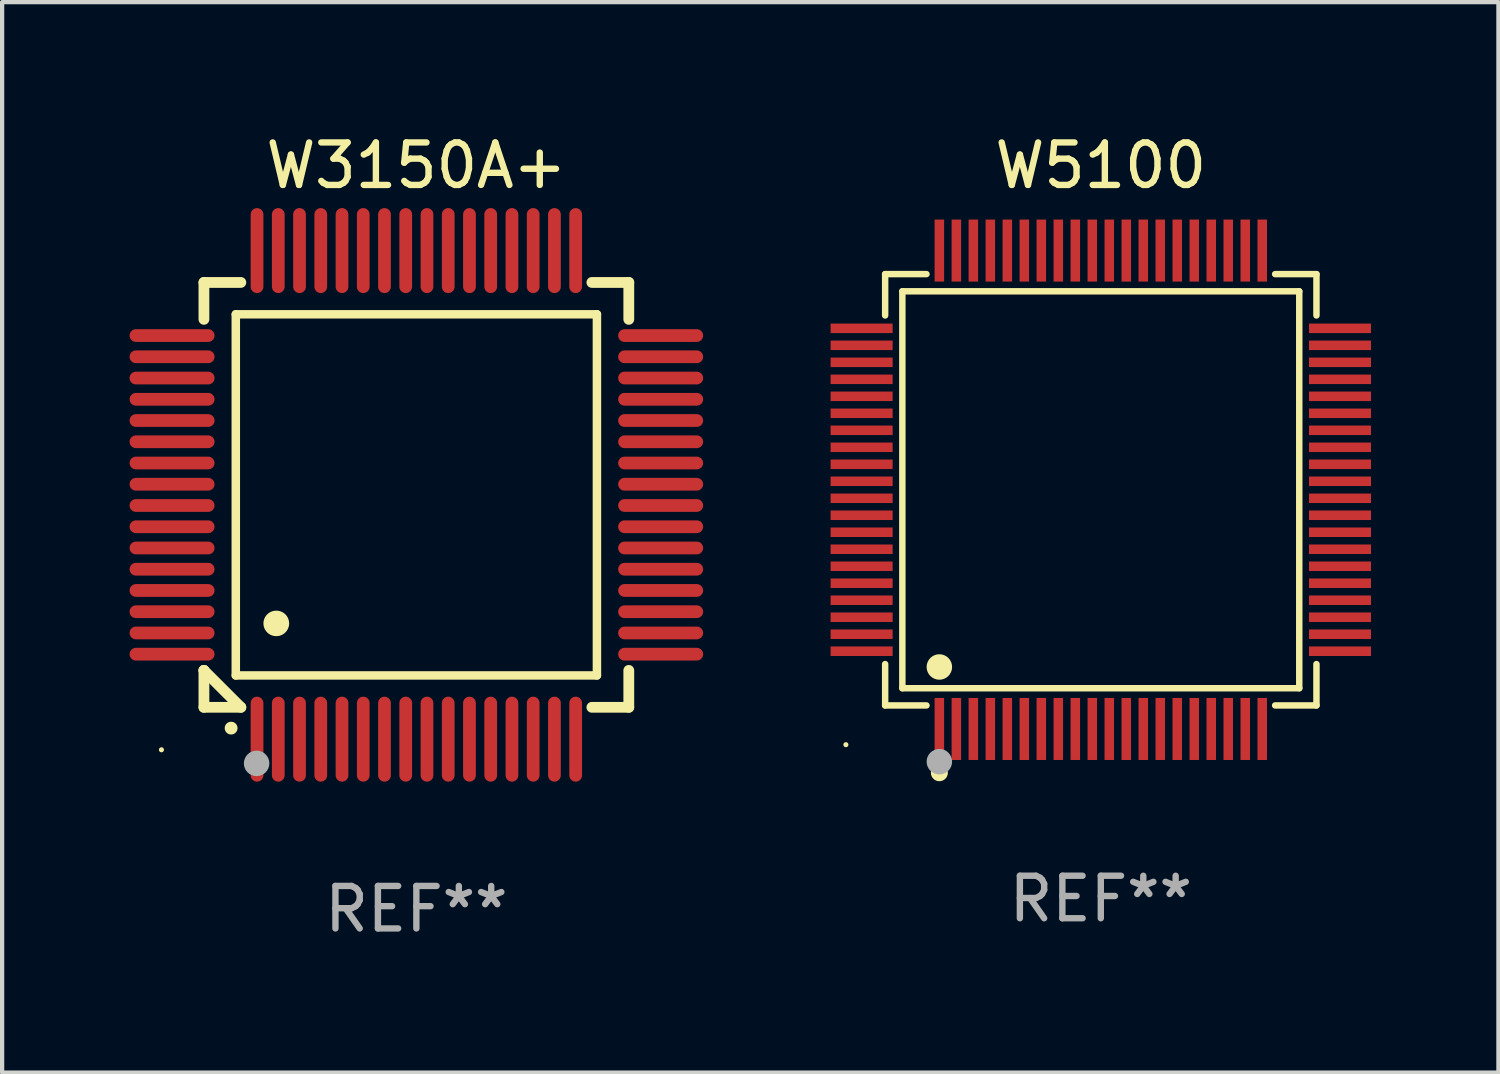
<source format=kicad_pcb>
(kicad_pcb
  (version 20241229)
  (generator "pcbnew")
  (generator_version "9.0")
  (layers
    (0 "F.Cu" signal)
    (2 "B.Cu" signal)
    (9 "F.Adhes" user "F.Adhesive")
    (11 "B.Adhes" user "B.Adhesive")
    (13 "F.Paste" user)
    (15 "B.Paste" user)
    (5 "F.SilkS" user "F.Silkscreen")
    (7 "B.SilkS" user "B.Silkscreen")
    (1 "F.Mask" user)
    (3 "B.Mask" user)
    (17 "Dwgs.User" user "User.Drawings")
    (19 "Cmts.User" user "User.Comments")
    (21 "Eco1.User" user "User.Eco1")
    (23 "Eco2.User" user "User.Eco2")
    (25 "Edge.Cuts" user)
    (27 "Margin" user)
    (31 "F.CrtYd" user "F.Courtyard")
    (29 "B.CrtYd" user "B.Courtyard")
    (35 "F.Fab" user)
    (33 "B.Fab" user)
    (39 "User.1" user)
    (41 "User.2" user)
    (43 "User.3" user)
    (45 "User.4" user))
  (footprint "W5100"
    (layer "F.Cu")
    (at 22.86 8.478)
    (property "Reference" "W5100" (at 0 -7.63 0) (layer "F.SilkS") (effects (font (size 1 1) (thickness 0.15))))
    (attr through_hole)
    (fp_line (start -5.076 -5.076) (end -4.103 -5.076) (stroke (width 0.152) (type solid)) (layer "F.SilkS"))
    (fp_line (start -5.076 -4.103) (end -5.076 -5.076) (stroke (width 0.152) (type solid)) (layer "F.SilkS"))
    (fp_line (start -5.076 4.103) (end -5.076 5.076) (stroke (width 0.152) (type solid)) (layer "F.SilkS"))
    (fp_line (start -5.076 5.076) (end -4.103 5.076) (stroke (width 0.152) (type solid)) (layer "F.SilkS"))
    (fp_line (start -4.671 -4.671) (end 4.671 -4.671) (stroke (width 0.152) (type solid)) (layer "F.SilkS"))
    (fp_line (start -4.671 4.671) (end -4.671 -4.671) (stroke (width 0.152) (type solid)) (layer "F.SilkS"))
    (fp_line (start 4.671 -4.671) (end 4.671 4.671) (stroke (width 0.152) (type solid)) (layer "F.SilkS"))
    (fp_line (start 4.671 4.671) (end -4.671 4.671) (stroke (width 0.152) (type solid)) (layer "F.SilkS"))
    (fp_line (start 5.076 -5.076) (end 4.103 -5.076) (stroke (width 0.152) (type solid)) (layer "F.SilkS"))
    (fp_line (start 5.076 -4.103) (end 5.076 -5.076) (stroke (width 0.152) (type solid)) (layer "F.SilkS"))
    (fp_line (start 5.076 4.103) (end 5.076 5.076) (stroke (width 0.152) (type solid)) (layer "F.SilkS"))
    (fp_line (start 5.076 5.076) (end 4.103 5.076) (stroke (width 0.152) (type solid)) (layer "F.SilkS"))
    (fp_circle (center -6 6) (end -5.97 6) (stroke (width 0.06) (type solid)) (fill no) (layer "F.SilkS"))
    (fp_circle (center -3.8 4.171) (end -3.65 4.171) (stroke (width 0.3) (type solid)) (fill no) (layer "F.SilkS"))
    (fp_circle (center -3.8 6.66) (end -3.7 6.66) (stroke (width 0.2) (type solid)) (fill no) (layer "F.SilkS"))
    (fp_circle (center -3.8 6.4) (end -3.65 6.4) (stroke (width 0.3) (type solid)) (fill no) (layer "F.Fab"))
    (fp_text user "REF**" (at 0 9.63 0) (layer "F.Fab") (effects (font (size 1 1) (thickness 0.15))))
    (pad "1" smd rect (at -3.8 5.63) (size 0.224 1.46) (layers "F.Cu" "F.Mask" "F.Paste"))
    (pad "2" smd rect (at -3.4 5.63) (size 0.224 1.46) (layers "F.Cu" "F.Mask" "F.Paste"))
    (pad "3" smd rect (at -3 5.63) (size 0.224 1.46) (layers "F.Cu" "F.Mask" "F.Paste"))
    (pad "4" smd rect (at -2.6 5.63) (size 0.224 1.46) (layers "F.Cu" "F.Mask" "F.Paste"))
    (pad "5" smd rect (at -2.2 5.63) (size 0.224 1.46) (layers "F.Cu" "F.Mask" "F.Paste"))
    (pad "6" smd rect (at -1.8 5.63) (size 0.224 1.46) (layers "F.Cu" "F.Mask" "F.Paste"))
    (pad "7" smd rect (at -1.4 5.63) (size 0.224 1.46) (layers "F.Cu" "F.Mask" "F.Paste"))
    (pad "8" smd rect (at -1 5.63) (size 0.224 1.46) (layers "F.Cu" "F.Mask" "F.Paste"))
    (pad "9" smd rect (at -0.6 5.63) (size 0.224 1.46) (layers "F.Cu" "F.Mask" "F.Paste"))
    (pad "10" smd rect (at -0.2 5.63) (size 0.224 1.46) (layers "F.Cu" "F.Mask" "F.Paste"))
    (pad "11" smd rect (at 0.2 5.63) (size 0.224 1.46) (layers "F.Cu" "F.Mask" "F.Paste"))
    (pad "12" smd rect (at 0.6 5.63) (size 0.224 1.46) (layers "F.Cu" "F.Mask" "F.Paste"))
    (pad "13" smd rect (at 1 5.63) (size 0.224 1.46) (layers "F.Cu" "F.Mask" "F.Paste"))
    (pad "14" smd rect (at 1.4 5.63) (size 0.224 1.46) (layers "F.Cu" "F.Mask" "F.Paste"))
    (pad "15" smd rect (at 1.8 5.63) (size 0.224 1.46) (layers "F.Cu" "F.Mask" "F.Paste"))
    (pad "16" smd rect (at 2.2 5.63) (size 0.224 1.46) (layers "F.Cu" "F.Mask" "F.Paste"))
    (pad "17" smd rect (at 2.6 5.63) (size 0.224 1.46) (layers "F.Cu" "F.Mask" "F.Paste"))
    (pad "18" smd rect (at 3 5.63) (size 0.224 1.46) (layers "F.Cu" "F.Mask" "F.Paste"))
    (pad "19" smd rect (at 3.4 5.63) (size 0.224 1.46) (layers "F.Cu" "F.Mask" "F.Paste"))
    (pad "20" smd rect (at 3.8 5.63) (size 0.224 1.46) (layers "F.Cu" "F.Mask" "F.Paste"))
    (pad "21" smd rect (at 5.63 3.8) (size 1.46 0.224) (layers "F.Cu" "F.Mask" "F.Paste"))
    (pad "22" smd rect (at 5.63 3.4) (size 1.46 0.224) (layers "F.Cu" "F.Mask" "F.Paste"))
    (pad "23" smd rect (at 5.63 3) (size 1.46 0.224) (layers "F.Cu" "F.Mask" "F.Paste"))
    (pad "24" smd rect (at 5.63 2.6) (size 1.46 0.224) (layers "F.Cu" "F.Mask" "F.Paste"))
    (pad "25" smd rect (at 5.63 2.2) (size 1.46 0.224) (layers "F.Cu" "F.Mask" "F.Paste"))
    (pad "26" smd rect (at 5.63 1.8) (size 1.46 0.224) (layers "F.Cu" "F.Mask" "F.Paste"))
    (pad "27" smd rect (at 5.63 1.4) (size 1.46 0.224) (layers "F.Cu" "F.Mask" "F.Paste"))
    (pad "28" smd rect (at 5.63 1) (size 1.46 0.224) (layers "F.Cu" "F.Mask" "F.Paste"))
    (pad "29" smd rect (at 5.63 0.6) (size 1.46 0.224) (layers "F.Cu" "F.Mask" "F.Paste"))
    (pad "30" smd rect (at 5.63 0.2) (size 1.46 0.224) (layers "F.Cu" "F.Mask" "F.Paste"))
    (pad "31" smd rect (at 5.63 -0.2) (size 1.46 0.224) (layers "F.Cu" "F.Mask" "F.Paste"))
    (pad "32" smd rect (at 5.63 -0.6) (size 1.46 0.224) (layers "F.Cu" "F.Mask" "F.Paste"))
    (pad "33" smd rect (at 5.63 -1) (size 1.46 0.224) (layers "F.Cu" "F.Mask" "F.Paste"))
    (pad "34" smd rect (at 5.63 -1.4) (size 1.46 0.224) (layers "F.Cu" "F.Mask" "F.Paste"))
    (pad "35" smd rect (at 5.63 -1.8) (size 1.46 0.224) (layers "F.Cu" "F.Mask" "F.Paste"))
    (pad "36" smd rect (at 5.63 -2.2) (size 1.46 0.224) (layers "F.Cu" "F.Mask" "F.Paste"))
    (pad "37" smd rect (at 5.63 -2.6) (size 1.46 0.224) (layers "F.Cu" "F.Mask" "F.Paste"))
    (pad "38" smd rect (at 5.63 -3) (size 1.46 0.224) (layers "F.Cu" "F.Mask" "F.Paste"))
    (pad "39" smd rect (at 5.63 -3.4) (size 1.46 0.224) (layers "F.Cu" "F.Mask" "F.Paste"))
    (pad "40" smd rect (at 5.63 -3.8) (size 1.46 0.224) (layers "F.Cu" "F.Mask" "F.Paste"))
    (pad "41" smd rect (at 3.8 -5.63) (size 0.224 1.46) (layers "F.Cu" "F.Mask" "F.Paste"))
    (pad "42" smd rect (at 3.4 -5.63) (size 0.224 1.46) (layers "F.Cu" "F.Mask" "F.Paste"))
    (pad "43" smd rect (at 3 -5.63) (size 0.224 1.46) (layers "F.Cu" "F.Mask" "F.Paste"))
    (pad "44" smd rect (at 2.6 -5.63) (size 0.224 1.46) (layers "F.Cu" "F.Mask" "F.Paste"))
    (pad "45" smd rect (at 2.2 -5.63) (size 0.224 1.46) (layers "F.Cu" "F.Mask" "F.Paste"))
    (pad "46" smd rect (at 1.8 -5.63) (size 0.224 1.46) (layers "F.Cu" "F.Mask" "F.Paste"))
    (pad "47" smd rect (at 1.4 -5.63) (size 0.224 1.46) (layers "F.Cu" "F.Mask" "F.Paste"))
    (pad "48" smd rect (at 1 -5.63) (size 0.224 1.46) (layers "F.Cu" "F.Mask" "F.Paste"))
    (pad "49" smd rect (at 0.6 -5.63) (size 0.224 1.46) (layers "F.Cu" "F.Mask" "F.Paste"))
    (pad "50" smd rect (at 0.2 -5.63) (size 0.224 1.46) (layers "F.Cu" "F.Mask" "F.Paste"))
    (pad "51" smd rect (at -0.2 -5.63) (size 0.224 1.46) (layers "F.Cu" "F.Mask" "F.Paste"))
    (pad "52" smd rect (at -0.6 -5.63) (size 0.224 1.46) (layers "F.Cu" "F.Mask" "F.Paste"))
    (pad "53" smd rect (at -1 -5.63) (size 0.224 1.46) (layers "F.Cu" "F.Mask" "F.Paste"))
    (pad "54" smd rect (at -1.4 -5.63) (size 0.224 1.46) (layers "F.Cu" "F.Mask" "F.Paste"))
    (pad "55" smd rect (at -1.8 -5.63) (size 0.224 1.46) (layers "F.Cu" "F.Mask" "F.Paste"))
    (pad "56" smd rect (at -2.2 -5.63) (size 0.224 1.46) (layers "F.Cu" "F.Mask" "F.Paste"))
    (pad "57" smd rect (at -2.6 -5.63) (size 0.224 1.46) (layers "F.Cu" "F.Mask" "F.Paste"))
    (pad "58" smd rect (at -3 -5.63) (size 0.224 1.46) (layers "F.Cu" "F.Mask" "F.Paste"))
    (pad "59" smd rect (at -3.4 -5.63) (size 0.224 1.46) (layers "F.Cu" "F.Mask" "F.Paste"))
    (pad "60" smd rect (at -3.8 -5.63) (size 0.224 1.46) (layers "F.Cu" "F.Mask" "F.Paste"))
    (pad "61" smd rect (at -5.63 -3.8) (size 1.46 0.224) (layers "F.Cu" "F.Mask" "F.Paste"))
    (pad "62" smd rect (at -5.63 -3.4) (size 1.46 0.224) (layers "F.Cu" "F.Mask" "F.Paste"))
    (pad "63" smd rect (at -5.63 -3) (size 1.46 0.224) (layers "F.Cu" "F.Mask" "F.Paste"))
    (pad "64" smd rect (at -5.63 -2.6) (size 1.46 0.224) (layers "F.Cu" "F.Mask" "F.Paste"))
    (pad "65" smd rect (at -5.63 -2.2) (size 1.46 0.224) (layers "F.Cu" "F.Mask" "F.Paste"))
    (pad "66" smd rect (at -5.63 -1.8) (size 1.46 0.224) (layers "F.Cu" "F.Mask" "F.Paste"))
    (pad "67" smd rect (at -5.63 -1.4) (size 1.46 0.224) (layers "F.Cu" "F.Mask" "F.Paste"))
    (pad "68" smd rect (at -5.63 -1) (size 1.46 0.224) (layers "F.Cu" "F.Mask" "F.Paste"))
    (pad "69" smd rect (at -5.63 -0.6) (size 1.46 0.224) (layers "F.Cu" "F.Mask" "F.Paste"))
    (pad "70" smd rect (at -5.63 -0.2) (size 1.46 0.224) (layers "F.Cu" "F.Mask" "F.Paste"))
    (pad "71" smd rect (at -5.63 0.2) (size 1.46 0.224) (layers "F.Cu" "F.Mask" "F.Paste"))
    (pad "72" smd rect (at -5.63 0.6) (size 1.46 0.224) (layers "F.Cu" "F.Mask" "F.Paste"))
    (pad "73" smd rect (at -5.63 1) (size 1.46 0.224) (layers "F.Cu" "F.Mask" "F.Paste"))
    (pad "74" smd rect (at -5.63 1.4) (size 1.46 0.224) (layers "F.Cu" "F.Mask" "F.Paste"))
    (pad "75" smd rect (at -5.63 1.8) (size 1.46 0.224) (layers "F.Cu" "F.Mask" "F.Paste"))
    (pad "76" smd rect (at -5.63 2.2) (size 1.46 0.224) (layers "F.Cu" "F.Mask" "F.Paste"))
    (pad "77" smd rect (at -5.63 2.6) (size 1.46 0.224) (layers "F.Cu" "F.Mask" "F.Paste"))
    (pad "78" smd rect (at -5.63 3) (size 1.46 0.224) (layers "F.Cu" "F.Mask" "F.Paste"))
    (pad "79" smd rect (at -5.63 3.4) (size 1.46 0.224) (layers "F.Cu" "F.Mask" "F.Paste"))
    (pad "80" smd rect (at -5.63 3.8) (size 1.46 0.224) (layers "F.Cu" "F.Mask" "F.Paste")))
  (footprint "W3150A+"
    (layer "F.Cu")
    (at 6.75 8.598)
    (property "Reference" "W3150A+" (at 0 -7.75 0) (layer "F.SilkS") (effects (font (size 1 1) (thickness 0.15))))
    (attr through_hole)
    (fp_line (start -5 -5) (end -4.131 -5) (stroke (width 0.254) (type solid)) (layer "F.SilkS"))
    (fp_line (start -5 -4.131) (end -5 -5) (stroke (width 0.254) (type solid)) (layer "F.SilkS"))
    (fp_line (start -5 4.131) (end -5 4.131) (stroke (width 0.254) (type solid)) (layer "F.SilkS"))
    (fp_line (start -5 5) (end -5 4.131) (stroke (width 0.254) (type solid)) (layer "F.SilkS"))
    (fp_line (start -5 4.131) (end -4.131 5) (stroke (width 0.254) (type solid)) (layer "F.SilkS"))
    (fp_line (start -4.25 -4.25) (end -4.25 4.25) (stroke (width 0.2) (type solid)) (layer "F.SilkS"))
    (fp_line (start -4.25 4.25) (end 4.25 4.25) (stroke (width 0.2) (type solid)) (layer "F.SilkS"))
    (fp_line (start -4.131 5) (end -5 5) (stroke (width 0.254) (type solid)) (layer "F.SilkS"))
    (fp_line (start 4.25 -4.25) (end -4.25 -4.25) (stroke (width 0.2) (type solid)) (layer "F.SilkS"))
    (fp_line (start 4.25 4.25) (end 4.25 -4.25) (stroke (width 0.2) (type solid)) (layer "F.SilkS"))
    (fp_line (start 5 -5) (end 4.131 -5) (stroke (width 0.254) (type solid)) (layer "F.SilkS"))
    (fp_line (start 5 -5) (end 5 -4.131) (stroke (width 0.254) (type solid)) (layer "F.SilkS"))
    (fp_line (start 5 4.131) (end 5 5) (stroke (width 0.254) (type solid)) (layer "F.SilkS"))
    (fp_line (start 5 5) (end 4.131 5) (stroke (width 0.254) (type solid)) (layer "F.SilkS"))
    (fp_arc (start -4.361265 5.489992) (mid -4.359995 5.489987) (end -4.358725 5.489992) (stroke (width 0.3) (type solid)) (layer "F.SilkS"))
    (fp_arc (start -3.299467 3.025146) (mid -3.296927 3.025135) (end -3.294387 3.025146) (stroke (width 0.6) (type solid)) (layer "F.SilkS"))
    (fp_circle (center -6 6) (end -5.97 6) (stroke (width 0.06) (type solid)) (fill no) (layer "F.SilkS"))
    (fp_circle (center -3.76 6.32) (end -3.61 6.32) (stroke (width 0.3) (type solid)) (fill no) (layer "F.Fab"))
    (fp_text user "REF**" (at 0 9.75 0) (layer "F.Fab") (effects (font (size 1 1) (thickness 0.15))))
    (pad "1" smd oval (at -3.75 5.75) (size 0.3 2) (layers "F.Cu" "F.Mask" "F.Paste"))
    (pad "2" smd oval (at -3.25 5.75) (size 0.3 2) (layers "F.Cu" "F.Mask" "F.Paste"))
    (pad "3" smd oval (at -2.75 5.75) (size 0.3 2) (layers "F.Cu" "F.Mask" "F.Paste"))
    (pad "4" smd oval (at -2.25 5.75) (size 0.3 2) (layers "F.Cu" "F.Mask" "F.Paste"))
    (pad "5" smd oval (at -1.75 5.75) (size 0.3 2) (layers "F.Cu" "F.Mask" "F.Paste"))
    (pad "6" smd oval (at -1.25 5.75) (size 0.3 2) (layers "F.Cu" "F.Mask" "F.Paste"))
    (pad "7" smd oval (at -0.75 5.75) (size 0.3 2) (layers "F.Cu" "F.Mask" "F.Paste"))
    (pad "8" smd oval (at -0.25 5.75) (size 0.3 2) (layers "F.Cu" "F.Mask" "F.Paste"))
    (pad "9" smd oval (at 0.25 5.75) (size 0.3 2) (layers "F.Cu" "F.Mask" "F.Paste"))
    (pad "10" smd oval (at 0.75 5.75) (size 0.3 2) (layers "F.Cu" "F.Mask" "F.Paste"))
    (pad "11" smd oval (at 1.25 5.75) (size 0.3 2) (layers "F.Cu" "F.Mask" "F.Paste"))
    (pad "12" smd oval (at 1.75 5.75) (size 0.3 2) (layers "F.Cu" "F.Mask" "F.Paste"))
    (pad "13" smd oval (at 2.25 5.75) (size 0.3 2) (layers "F.Cu" "F.Mask" "F.Paste"))
    (pad "14" smd oval (at 2.75 5.75) (size 0.3 2) (layers "F.Cu" "F.Mask" "F.Paste"))
    (pad "15" smd oval (at 3.25 5.75) (size 0.3 2) (layers "F.Cu" "F.Mask" "F.Paste"))
    (pad "16" smd oval (at 3.75 5.75) (size 0.3 2) (layers "F.Cu" "F.Mask" "F.Paste"))
    (pad "17" smd oval (at 5.75 3.75) (size 2 0.3) (layers "F.Cu" "F.Mask" "F.Paste"))
    (pad "18" smd oval (at 5.75 3.25) (size 2 0.3) (layers "F.Cu" "F.Mask" "F.Paste"))
    (pad "19" smd oval (at 5.75 2.75) (size 2 0.3) (layers "F.Cu" "F.Mask" "F.Paste"))
    (pad "20" smd oval (at 5.75 2.25) (size 2 0.3) (layers "F.Cu" "F.Mask" "F.Paste"))
    (pad "21" smd oval (at 5.75 1.75) (size 2 0.3) (layers "F.Cu" "F.Mask" "F.Paste"))
    (pad "22" smd oval (at 5.75 1.25) (size 2 0.3) (layers "F.Cu" "F.Mask" "F.Paste"))
    (pad "23" smd oval (at 5.75 0.75) (size 2 0.3) (layers "F.Cu" "F.Mask" "F.Paste"))
    (pad "24" smd oval (at 5.75 0.25) (size 2 0.3) (layers "F.Cu" "F.Mask" "F.Paste"))
    (pad "25" smd oval (at 5.75 -0.25) (size 2 0.3) (layers "F.Cu" "F.Mask" "F.Paste"))
    (pad "26" smd oval (at 5.75 -0.75) (size 2 0.3) (layers "F.Cu" "F.Mask" "F.Paste"))
    (pad "27" smd oval (at 5.75 -1.25) (size 2 0.3) (layers "F.Cu" "F.Mask" "F.Paste"))
    (pad "28" smd oval (at 5.75 -1.75) (size 2 0.3) (layers "F.Cu" "F.Mask" "F.Paste"))
    (pad "29" smd oval (at 5.75 -2.25) (size 2 0.3) (layers "F.Cu" "F.Mask" "F.Paste"))
    (pad "30" smd oval (at 5.75 -2.75) (size 2 0.3) (layers "F.Cu" "F.Mask" "F.Paste"))
    (pad "31" smd oval (at 5.75 -3.25) (size 2 0.3) (layers "F.Cu" "F.Mask" "F.Paste"))
    (pad "32" smd oval (at 5.75 -3.75) (size 2 0.3) (layers "F.Cu" "F.Mask" "F.Paste"))
    (pad "33" smd oval (at 3.75 -5.75) (size 0.3 2) (layers "F.Cu" "F.Mask" "F.Paste"))
    (pad "34" smd oval (at 3.25 -5.75) (size 0.3 2) (layers "F.Cu" "F.Mask" "F.Paste"))
    (pad "35" smd oval (at 2.75 -5.75) (size 0.3 2) (layers "F.Cu" "F.Mask" "F.Paste"))
    (pad "36" smd oval (at 2.25 -5.75) (size 0.3 2) (layers "F.Cu" "F.Mask" "F.Paste"))
    (pad "37" smd oval (at 1.75 -5.75) (size 0.3 2) (layers "F.Cu" "F.Mask" "F.Paste"))
    (pad "38" smd oval (at 1.25 -5.75) (size 0.3 2) (layers "F.Cu" "F.Mask" "F.Paste"))
    (pad "39" smd oval (at 0.75 -5.75) (size 0.3 2) (layers "F.Cu" "F.Mask" "F.Paste"))
    (pad "40" smd oval (at 0.25 -5.75) (size 0.3 2) (layers "F.Cu" "F.Mask" "F.Paste"))
    (pad "41" smd oval (at -0.25 -5.75) (size 0.3 2) (layers "F.Cu" "F.Mask" "F.Paste"))
    (pad "42" smd oval (at -0.75 -5.75) (size 0.3 2) (layers "F.Cu" "F.Mask" "F.Paste"))
    (pad "43" smd oval (at -1.25 -5.75) (size 0.3 2) (layers "F.Cu" "F.Mask" "F.Paste"))
    (pad "44" smd oval (at -1.75 -5.75) (size 0.3 2) (layers "F.Cu" "F.Mask" "F.Paste"))
    (pad "45" smd oval (at -2.25 -5.75) (size 0.3 2) (layers "F.Cu" "F.Mask" "F.Paste"))
    (pad "46" smd oval (at -2.75 -5.75) (size 0.3 2) (layers "F.Cu" "F.Mask" "F.Paste"))
    (pad "47" smd oval (at -3.25 -5.75) (size 0.3 2) (layers "F.Cu" "F.Mask" "F.Paste"))
    (pad "48" smd oval (at -3.75 -5.75) (size 0.3 2) (layers "F.Cu" "F.Mask" "F.Paste"))
    (pad "49" smd oval (at -5.75 -3.75) (size 2 0.3) (layers "F.Cu" "F.Mask" "F.Paste"))
    (pad "50" smd oval (at -5.75 -3.25) (size 2 0.3) (layers "F.Cu" "F.Mask" "F.Paste"))
    (pad "51" smd oval (at -5.75 -2.75) (size 2 0.3) (layers "F.Cu" "F.Mask" "F.Paste"))
    (pad "52" smd oval (at -5.75 -2.25) (size 2 0.3) (layers "F.Cu" "F.Mask" "F.Paste"))
    (pad "53" smd oval (at -5.75 -1.75) (size 2 0.3) (layers "F.Cu" "F.Mask" "F.Paste"))
    (pad "54" smd oval (at -5.75 -1.25) (size 2 0.3) (layers "F.Cu" "F.Mask" "F.Paste"))
    (pad "55" smd oval (at -5.75 -0.75) (size 2 0.3) (layers "F.Cu" "F.Mask" "F.Paste"))
    (pad "56" smd oval (at -5.75 -0.25) (size 2 0.3) (layers "F.Cu" "F.Mask" "F.Paste"))
    (pad "57" smd oval (at -5.75 0.25) (size 2 0.3) (layers "F.Cu" "F.Mask" "F.Paste"))
    (pad "58" smd oval (at -5.75 0.75) (size 2 0.3) (layers "F.Cu" "F.Mask" "F.Paste"))
    (pad "59" smd oval (at -5.75 1.25) (size 2 0.3) (layers "F.Cu" "F.Mask" "F.Paste"))
    (pad "60" smd oval (at -5.75 1.75) (size 2 0.3) (layers "F.Cu" "F.Mask" "F.Paste"))
    (pad "61" smd oval (at -5.75 2.25) (size 2 0.3) (layers "F.Cu" "F.Mask" "F.Paste"))
    (pad "62" smd oval (at -5.75 2.75) (size 2 0.3) (layers "F.Cu" "F.Mask" "F.Paste"))
    (pad "63" smd oval (at -5.75 3.25) (size 2 0.3) (layers "F.Cu" "F.Mask" "F.Paste"))
    (pad "64" smd oval (at -5.75 3.75) (size 2 0.3) (layers "F.Cu" "F.Mask" "F.Paste")))
  (gr_rect
    (start -3 -3)
    (end 32.219 22.196)
    (stroke (width 0.1) (type default))
    (fill no)
    (layer "Edge.Cuts")))
</source>
